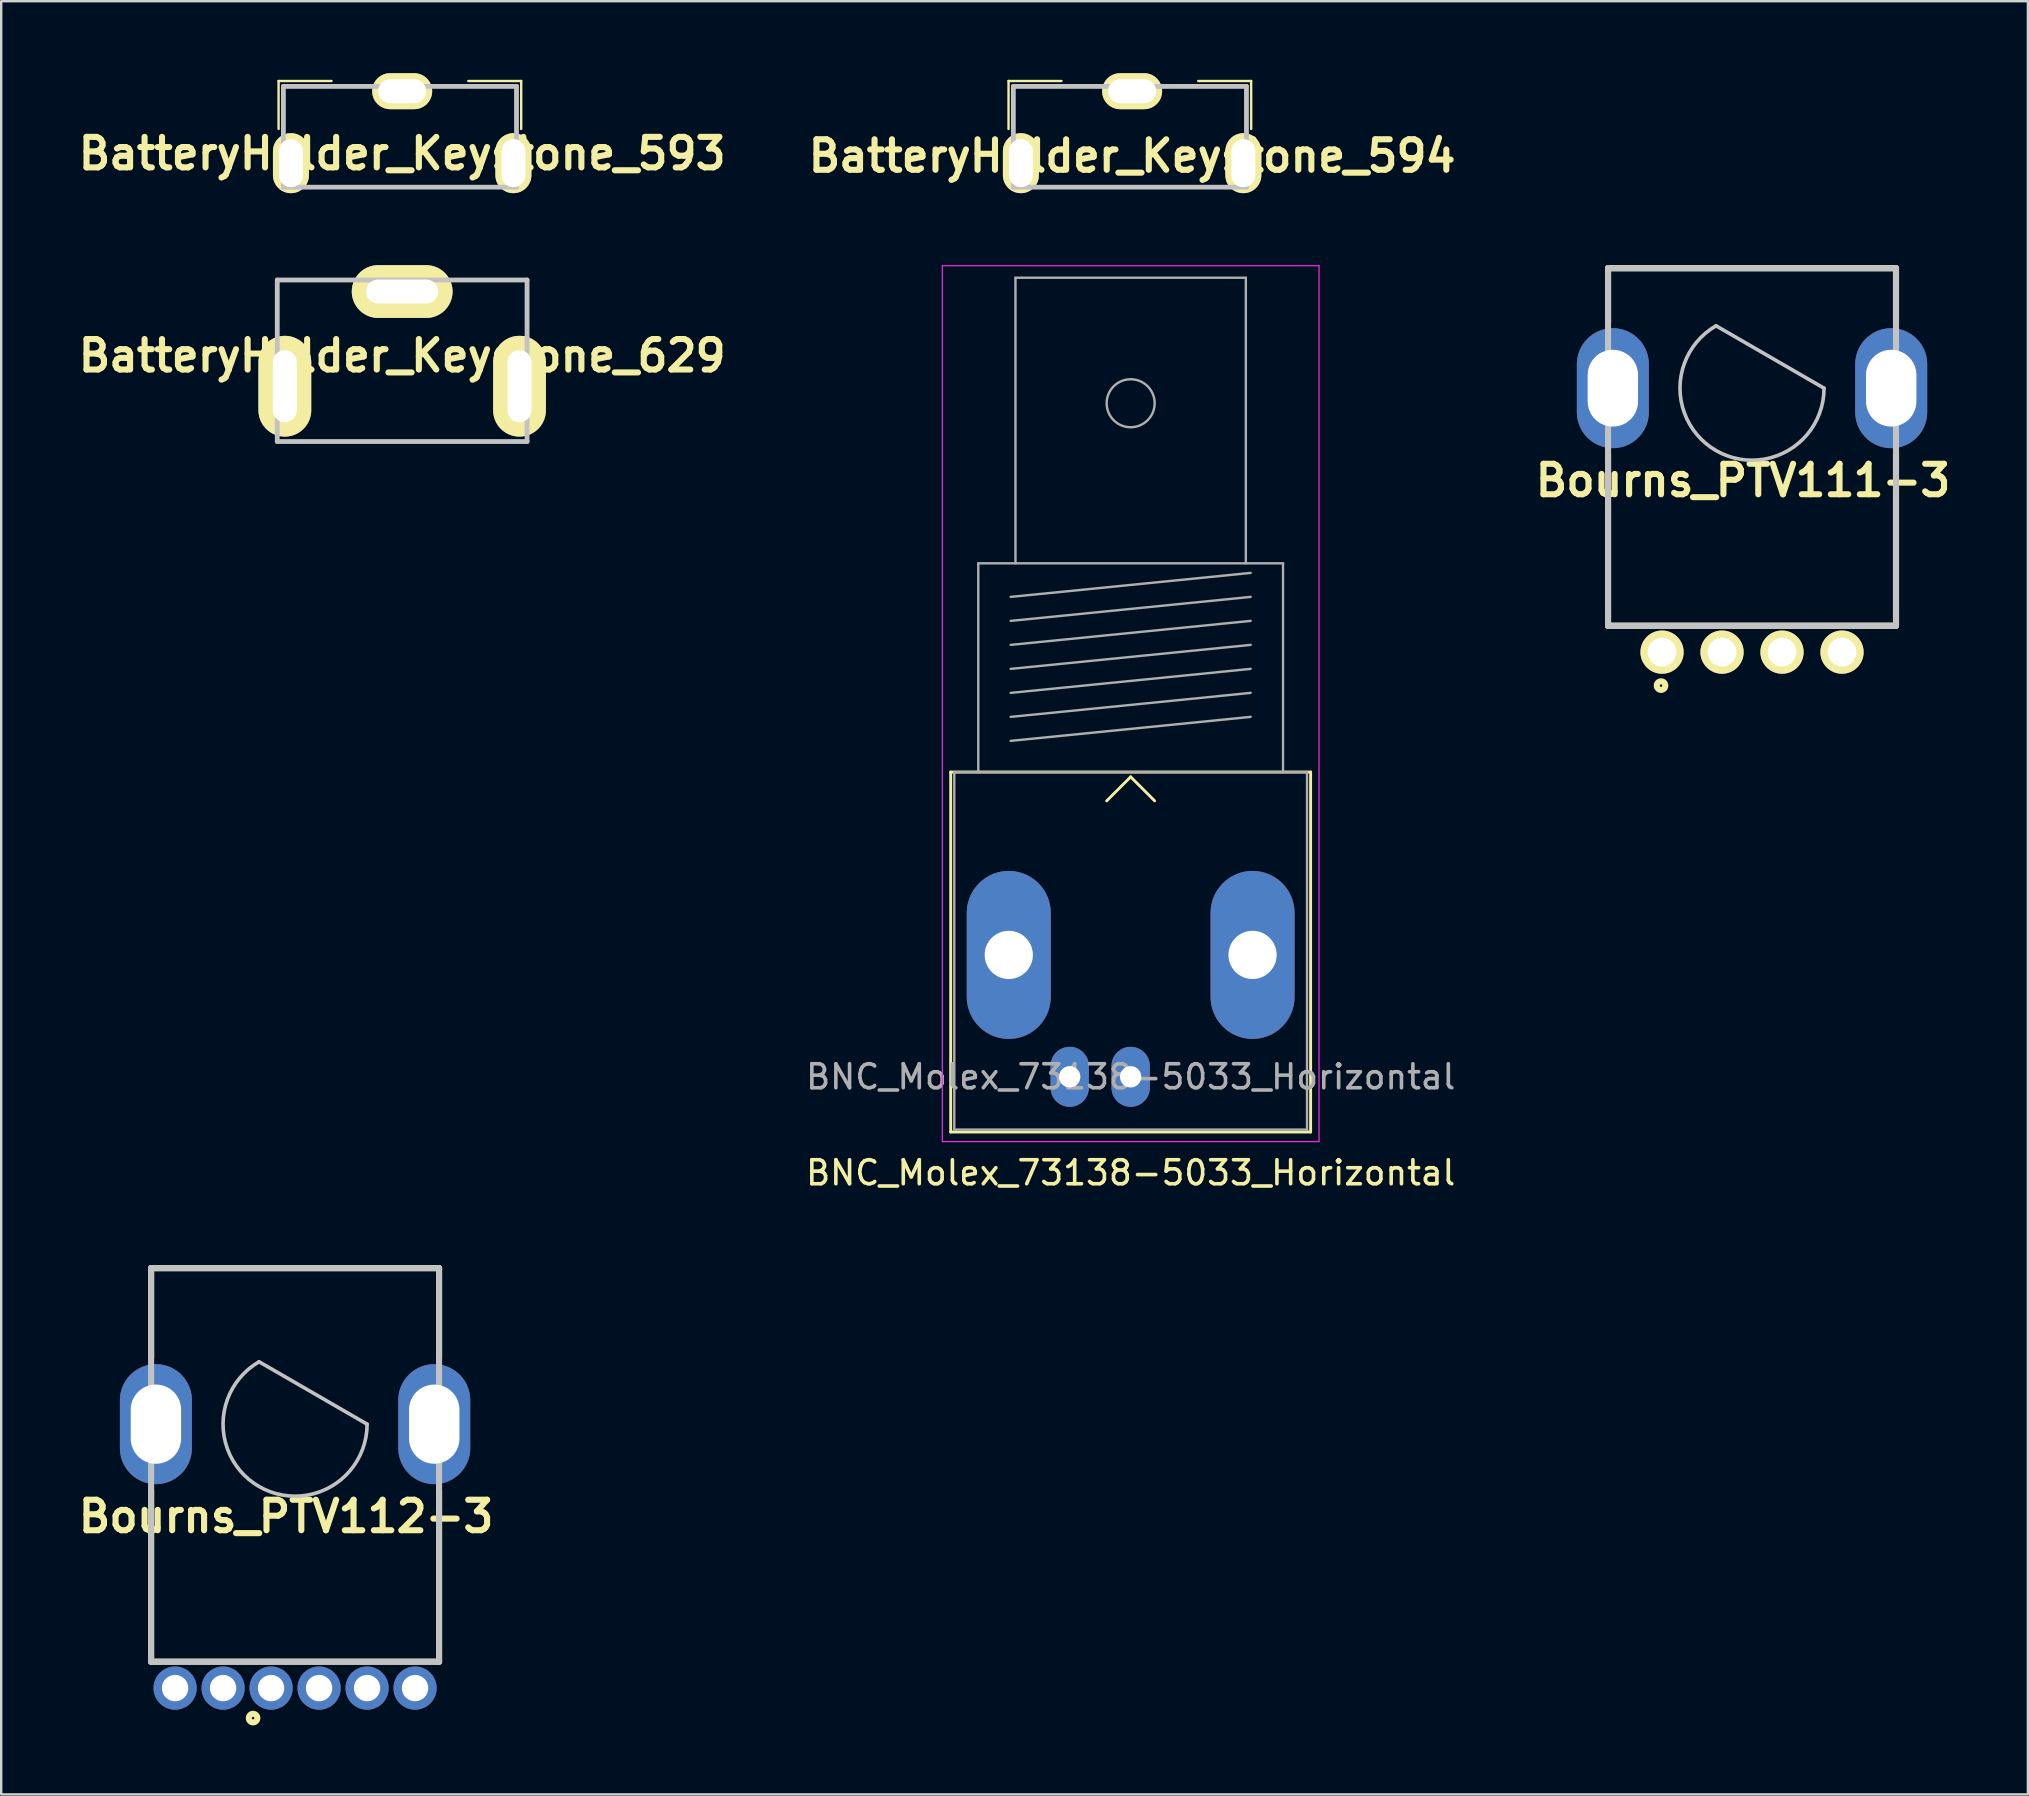
<source format=kicad_pcb>
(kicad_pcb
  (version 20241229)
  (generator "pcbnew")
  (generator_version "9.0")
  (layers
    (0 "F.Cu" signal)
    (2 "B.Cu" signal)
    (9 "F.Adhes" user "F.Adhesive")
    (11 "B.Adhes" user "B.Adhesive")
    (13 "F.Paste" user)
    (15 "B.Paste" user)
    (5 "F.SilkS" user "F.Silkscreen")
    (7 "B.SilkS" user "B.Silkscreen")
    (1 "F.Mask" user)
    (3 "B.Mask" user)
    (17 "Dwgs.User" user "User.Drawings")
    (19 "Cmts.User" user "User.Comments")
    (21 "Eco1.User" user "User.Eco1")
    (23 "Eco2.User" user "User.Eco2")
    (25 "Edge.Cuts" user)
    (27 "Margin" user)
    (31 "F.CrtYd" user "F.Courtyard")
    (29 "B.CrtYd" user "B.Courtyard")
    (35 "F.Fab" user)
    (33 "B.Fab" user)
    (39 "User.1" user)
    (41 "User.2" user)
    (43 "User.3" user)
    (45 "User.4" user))
  (footprint "BNC_Molex_73138-5033_Horizontal"
    (layer "F.Cu")
    (at 44.069 41.825)
    (property "Reference" "BNC_Molex_73138-5033_Horizontal" (at 0 4 0) (layer "F.SilkS") (effects (font (size 1 1) (thickness 0.15))))
    (attr through_hole)
    (fp_line (start -7.5 -12.7) (end 7.5 -12.7) (stroke (width 0.12) (type solid)) (layer "F.SilkS"))
    (fp_line (start -7.5 2.3) (end -7.5 -12.7) (stroke (width 0.12) (type solid)) (layer "F.SilkS"))
    (fp_line (start 0 -12.5) (end -1 -11.5) (stroke (width 0.12) (type solid)) (layer "F.SilkS"))
    (fp_line (start 0 -12.5) (end 1 -11.5) (stroke (width 0.12) (type solid)) (layer "F.SilkS"))
    (fp_line (start 7.5 -12.7) (end 7.5 2.3) (stroke (width 0.12) (type solid)) (layer "F.SilkS"))
    (fp_line (start 7.5 2.3) (end -7.5 2.3) (stroke (width 0.12) (type solid)) (layer "F.SilkS"))
    (fp_line (start -7.85 2.7) (end -7.85 -33.8) (stroke (width 0.05) (type solid)) (layer "F.CrtYd"))
    (fp_line (start -7.85 2.7) (end 7.85 2.7) (stroke (width 0.05) (type solid)) (layer "F.CrtYd"))
    (fp_line (start 7.85 -33.8) (end -7.85 -33.8) (stroke (width 0.05) (type solid)) (layer "F.CrtYd"))
    (fp_line (start 7.85 2.7) (end 7.85 -33.8) (stroke (width 0.05) (type solid)) (layer "F.CrtYd"))
    (fp_line (start -7.35 -12.7) (end -7.35 2.2) (stroke (width 0.1) (type solid)) (layer "F.Fab"))
    (fp_line (start -7.35 2.2) (end 7.35 2.2) (stroke (width 0.1) (type solid)) (layer "F.Fab"))
    (fp_line (start -6.35 -21.4) (end -6.35 -12.7) (stroke (width 0.1) (type solid)) (layer "F.Fab"))
    (fp_line (start -5 -20) (end 5 -21) (stroke (width 0.1) (type solid)) (layer "F.Fab"))
    (fp_line (start -5 -19) (end 5 -20) (stroke (width 0.1) (type solid)) (layer "F.Fab"))
    (fp_line (start -5 -18) (end 5 -19) (stroke (width 0.1) (type solid)) (layer "F.Fab"))
    (fp_line (start -5 -17) (end 5 -18) (stroke (width 0.1) (type solid)) (layer "F.Fab"))
    (fp_line (start -5 -16) (end 5 -17) (stroke (width 0.1) (type solid)) (layer "F.Fab"))
    (fp_line (start -5 -15) (end 5 -16) (stroke (width 0.1) (type solid)) (layer "F.Fab"))
    (fp_line (start -5 -14) (end 5 -15) (stroke (width 0.1) (type solid)) (layer "F.Fab"))
    (fp_line (start -4.8 -33.3) (end -4.8 -21.4) (stroke (width 0.1) (type solid)) (layer "F.Fab"))
    (fp_line (start 4.8 -33.3) (end -4.8 -33.3) (stroke (width 0.1) (type solid)) (layer "F.Fab"))
    (fp_line (start 4.8 -21.4) (end 4.8 -33.3) (stroke (width 0.1) (type solid)) (layer "F.Fab"))
    (fp_line (start 6.35 -21.4) (end -6.35 -21.4) (stroke (width 0.1) (type solid)) (layer "F.Fab"))
    (fp_line (start 6.35 -12.7) (end 6.35 -21.4) (stroke (width 0.1) (type solid)) (layer "F.Fab"))
    (fp_line (start 7.35 -12.7) (end -7.35 -12.7) (stroke (width 0.1) (type solid)) (layer "F.Fab"))
    (fp_line (start 7.35 2.2) (end 7.35 -12.7) (stroke (width 0.1) (type solid)) (layer "F.Fab"))
    (fp_circle (center 0 -28.07) (end 1 -28.07) (stroke (width 0.1) (type solid)) (fill no) (layer "F.Fab"))
    (fp_text user "${REFERENCE}" (at 0 0 0) (layer "F.Fab") (effects (font (size 1 1) (thickness 0.15))))
    (pad "1" thru_hole oval (at 0 0) (size 1.6 2.5) (drill 0.89) (layers "*.Cu" "*.Mask"))
    (pad "2" thru_hole oval (at -5.08 -5.08) (size 3.5 7) (drill 2.01) (layers "*.Cu" "*.Mask"))
    (pad "2" thru_hole oval (at -2.54 0) (size 1.6 2.5) (drill 0.89) (layers "*.Cu" "*.Mask"))
    (pad "2" thru_hole oval (at 5.08 -5.08) (size 3.5 7) (drill 2.01) (layers "*.Cu" "*.Mask")))
  (footprint "Bourns_PTV112-3"
    (layer "F.Cu")
    (at 9.247 56.3)
    (property "Reference" "Bourns_PTV112-3" (at -0.375 3.846 0) (layer "F.SilkS") (effects (font (size 1.27 1.27) (thickness 0.254))))
    (attr through_hole)
    (fp_line (start -6 -6.5) (end -6 -2.75) (stroke (width 0.254) (type solid)) (layer "F.SilkS"))
    (fp_line (start -6 -6.5) (end 6 -6.5) (stroke (width 0.254) (type solid)) (layer "F.SilkS"))
    (fp_line (start -6 9.9) (end -6 2.75) (stroke (width 0.254) (type solid)) (layer "F.SilkS"))
    (fp_line (start -6 9.9) (end 6 9.9) (stroke (width 0.254) (type solid)) (layer "F.SilkS"))
    (fp_line (start 6 -6.5) (end 6 -2.75) (stroke (width 0.254) (type solid)) (layer "F.SilkS"))
    (fp_line (start 6 9.9) (end 6 2.75) (stroke (width 0.254) (type solid)) (layer "F.SilkS"))
    (fp_circle (center -1.75 12.25) (end -1.801 12.25) (stroke (width 0.254) (type solid)) (fill no) (layer "F.SilkS"))
    (fp_line (start -6 -6.5) (end 6 -6.5) (stroke (width 0.254) (type solid)) (layer "Dwgs.User"))
    (fp_line (start -6 9.9) (end -6 -6.5) (stroke (width 0.254) (type solid)) (layer "Dwgs.User"))
    (fp_line (start 3 0) (end -1.5 -2.6) (stroke (width 0.15) (type solid)) (layer "Dwgs.User"))
    (fp_line (start 6 -6.5) (end 6 9.9) (stroke (width 0.254) (type solid)) (layer "Dwgs.User"))
    (fp_line (start 6 9.9) (end -6 9.9) (stroke (width 0.254) (type solid)) (layer "Dwgs.User"))
    (fp_arc (start 3.001665 0.000962) (mid -1.501666 2.599037) (end -1.499999 -2.599999) (stroke (width 0.15) (type solid)) (layer "Dwgs.User"))
    (pad "1" thru_hole circle (at -1 11 90) (size 1.8 1.8) (drill 1.1) (layers "*.Cu" "*.Mask"))
    (pad "2" thru_hole circle (at 1 11 90) (size 1.8 1.8) (drill 1.1) (layers "*.Cu" "*.Mask"))
    (pad "3" thru_hole circle (at 3 11 90) (size 1.8 1.8) (drill 1.1) (layers "*.Cu" "*.Mask"))
    (pad "4" thru_hole circle (at -3 11 90) (size 1.8 1.8) (drill 1.1) (layers "*.Cu" "*.Mask"))
    (pad "5" thru_hole oval (at -5.8 0 90) (size 5 3) (drill oval 3.3 2.1) (layers "*.Cu" "*.Mask"))
    (pad "5" thru_hole circle (at -5 11 90) (size 1.8 1.8) (drill 1.1) (layers "*.Cu" "*.Mask"))
    (pad "6" thru_hole circle (at 5 11 90) (size 1.8 1.8) (drill 1.1) (layers "*.Cu" "*.Mask"))
    (pad "6" thru_hole oval (at 5.8 0 90) (size 5 3) (drill oval 3.3 2.1) (layers "*.Cu" "*.Mask")))
  (footprint "BatteryHolder_Keystone_594"
    (layer "F.Cu")
    (at 44.13 0.75)
    (property "Reference" "BatteryHolder_Keystone_594" (at 0 2.7 0) (layer "F.SilkS") (effects (font (size 1.27 1.27) (thickness 0.254))))
    (attr through_hole)
    (fp_line (start -5.15 -0.425) (end -2.945 -0.425) (stroke (width 0.1) (type solid)) (layer "F.SilkS"))
    (fp_line (start -5.15 1.575) (end -5.15 -0.425) (stroke (width 0.1) (type solid)) (layer "F.SilkS"))
    (fp_line (start -3.55 4.005) (end 3.565 4.005) (stroke (width 0.1) (type solid)) (layer "F.SilkS"))
    (fp_line (start 2.755 -0.425) (end 4.96 -0.425) (stroke (width 0.1) (type solid)) (layer "F.SilkS"))
    (fp_line (start 4.96 -0.425) (end 4.96 1.575) (stroke (width 0.1) (type solid)) (layer "F.SilkS"))
    (fp_line (start -4.95 4) (end -4.95 -0.2) (stroke (width 0.2) (type solid)) (layer "Dwgs.User"))
    (fp_line (start -4.945 -0.2) (end 4.765 -0.2) (stroke (width 0.2) (type solid)) (layer "Dwgs.User"))
    (fp_line (start 4.765 -0.2) (end 4.765 4) (stroke (width 0.2) (type solid)) (layer "Dwgs.User"))
    (fp_line (start 4.765 4) (end -4.95 4) (stroke (width 0.2) (type solid)) (layer "Dwgs.User"))
    (pad "1" thru_hole oval (at -4.635 3 90) (size 2.5 1.5) (drill oval 2 1) (layers "*.Cu" "*.Mask" "F.SilkS"))
    (pad "1" thru_hole oval (at 0 0) (size 2.5 1.5) (drill oval 2 1) (layers "*.Cu" "*.Mask" "F.SilkS"))
    (pad "1" thru_hole oval (at 4.635 3 90) (size 2.5 1.5) (drill oval 2 1) (layers "*.Cu" "*.Mask" "F.SilkS")))
  (footprint "BatteryHolder_Keystone_629"
    (layer "F.Cu")
    (at 8.82 13.045)
    (property "Reference" "BatteryHolder_Keystone_629" (at 4.89 -1.27 0) (layer "F.SilkS") (effects (font (size 1.27 1.27) (thickness 0.254))))
    (attr through_hole)
    (fp_line (start -0.315 -4.425) (end 1.89 -4.425) (stroke (width 0.1) (type solid)) (layer "F.SilkS"))
    (fp_line (start -0.315 -2.425) (end -0.315 -4.425) (stroke (width 0.1) (type solid)) (layer "F.SilkS"))
    (fp_line (start -0.315 2.305) (end 9.97 2.305) (stroke (width 0.1) (type solid)) (layer "F.SilkS"))
    (fp_line (start 7.89 -4.425) (end 10.095 -4.425) (stroke (width 0.1) (type solid)) (layer "F.SilkS"))
    (fp_line (start 9.97 2.305) (end 10.095 2.305) (stroke (width 0.1) (type solid)) (layer "F.SilkS"))
    (fp_line (start 10.095 -4.425) (end 10.095 -2.425) (stroke (width 0.1) (type solid)) (layer "F.SilkS"))
    (fp_line (start -0.315 -4.425) (end 10.095 -4.425) (stroke (width 0.2) (type solid)) (layer "Dwgs.User"))
    (fp_line (start -0.315 2.305) (end -0.315 -4.425) (stroke (width 0.2) (type solid)) (layer "Dwgs.User"))
    (fp_line (start 10.095 -4.425) (end 10.095 2.305) (stroke (width 0.2) (type solid)) (layer "Dwgs.User"))
    (fp_line (start 10.095 2.305) (end -0.315 2.305) (stroke (width 0.2) (type solid)) (layer "Dwgs.User"))
    (pad "1" thru_hole oval (at 0 0 90) (size 4.2 2.2) (drill oval 3 1) (layers "*.Cu" "*.Mask" "F.SilkS"))
    (pad "1" thru_hole oval (at 4.89 -3.945) (size 4.2 2.2) (drill oval 3 1) (layers "*.Cu" "*.Mask" "F.SilkS"))
    (pad "1" thru_hole oval (at 9.78 0 90) (size 4.2 2.2) (drill oval 3 1) (layers "*.Cu" "*.Mask" "F.SilkS")))
  (footprint "Bourns_PTV111-3"
    (layer "F.Cu")
    (at 69.964 13.127)
    (property "Reference" "Bourns_PTV111-3" (at -0.375 3.846 0) (layer "F.SilkS") (effects (font (size 1.27 1.27) (thickness 0.254))))
    (attr through_hole)
    (fp_line (start -6 -5) (end -6 -2.75) (stroke (width 0.254) (type solid)) (layer "F.SilkS"))
    (fp_line (start -6 -5) (end 6 -5) (stroke (width 0.254) (type solid)) (layer "F.SilkS"))
    (fp_line (start -6 9.9) (end -6 2.75) (stroke (width 0.254) (type solid)) (layer "F.SilkS"))
    (fp_line (start -6 9.9) (end 6 9.9) (stroke (width 0.254) (type solid)) (layer "F.SilkS"))
    (fp_line (start 6 -5) (end 6 -2.75) (stroke (width 0.254) (type solid)) (layer "F.SilkS"))
    (fp_line (start 6 9.9) (end 6 2.75) (stroke (width 0.254) (type solid)) (layer "F.SilkS"))
    (fp_circle (center -3.792 12.395) (end -3.843 12.395) (stroke (width 0.254) (type solid)) (fill no) (layer "F.SilkS"))
    (fp_line (start -6 -5) (end 6 -5) (stroke (width 0.254) (type solid)) (layer "Dwgs.User"))
    (fp_line (start -6 9.9) (end -6 -5) (stroke (width 0.254) (type solid)) (layer "Dwgs.User"))
    (fp_line (start 3 0) (end -1.5 -2.6) (stroke (width 0.15) (type solid)) (layer "Dwgs.User"))
    (fp_line (start 6 -5) (end 6 9.9) (stroke (width 0.254) (type solid)) (layer "Dwgs.User"))
    (fp_line (start 6 9.9) (end -6 9.9) (stroke (width 0.254) (type solid)) (layer "Dwgs.User"))
    (fp_arc (start 3.001665 0.000962) (mid -1.501666 2.599037) (end -1.499999 -2.599999) (stroke (width 0.15) (type solid)) (layer "Dwgs.User"))
    (pad "1" thru_hole circle (at -3.75 11 90) (size 1.8 1.8) (drill 1.2) (layers "*.Cu" "*.Mask" "F.SilkS"))
    (pad "2" thru_hole circle (at -1.25 11 90) (size 1.8 1.8) (drill 1.2) (layers "*.Cu" "*.Mask" "F.SilkS"))
    (pad "3" thru_hole circle (at 1.25 11 90) (size 1.8 1.8) (drill 1.2) (layers "*.Cu" "*.Mask" "F.SilkS"))
    (pad "4" thru_hole circle (at 3.75 11 90) (size 1.8 1.8) (drill 1.2) (layers "*.Cu" "*.Mask" "F.SilkS"))
    (pad "5" thru_hole oval (at -5.8 0 90) (size 5 3) (drill oval 3.2 2.1) (layers "*.Cu" "*.Mask"))
    (pad "6" thru_hole oval (at 5.8 0 90) (size 5 3) (drill oval 3.2 2.1) (layers "*.Cu" "*.Mask")))
  (footprint "BatteryHolder_Keystone_593"
    (layer "F.Cu")
    (at 13.71 0.75)
    (property "Reference" "BatteryHolder_Keystone_593" (at 0 2.6 0) (layer "F.SilkS") (effects (font (size 1.27 1.27) (thickness 0.254))))
    (attr through_hole)
    (fp_line (start -5.15 -0.425) (end -2.945 -0.425) (stroke (width 0.1) (type solid)) (layer "F.SilkS"))
    (fp_line (start -5.15 1.575) (end -5.15 -0.425) (stroke (width 0.1) (type solid)) (layer "F.SilkS"))
    (fp_line (start -3.55 4.005) (end 3.565 4.005) (stroke (width 0.1) (type solid)) (layer "F.SilkS"))
    (fp_line (start 2.755 -0.425) (end 4.96 -0.425) (stroke (width 0.1) (type solid)) (layer "F.SilkS"))
    (fp_line (start 4.96 -0.425) (end 4.96 1.575) (stroke (width 0.1) (type solid)) (layer "F.SilkS"))
    (fp_line (start -4.95 4) (end -4.95 -0.2) (stroke (width 0.2) (type solid)) (layer "Dwgs.User"))
    (fp_line (start -4.945 -0.2) (end 4.765 -0.2) (stroke (width 0.2) (type solid)) (layer "Dwgs.User"))
    (fp_line (start 4.765 -0.2) (end 4.765 4) (stroke (width 0.2) (type solid)) (layer "Dwgs.User"))
    (fp_line (start 4.765 4) (end -4.95 4) (stroke (width 0.2) (type solid)) (layer "Dwgs.User"))
    (pad "1" thru_hole oval (at -4.635 3 90) (size 2.5 1.5) (drill oval 2 1) (layers "*.Cu" "*.Mask" "F.SilkS"))
    (pad "1" thru_hole oval (at 0 0) (size 2.5 1.5) (drill oval 2 1) (layers "*.Cu" "*.Mask" "F.SilkS"))
    (pad "1" thru_hole oval (at 4.635 3 90) (size 2.5 1.5) (drill oval 2 1) (layers "*.Cu" "*.Mask" "F.SilkS")))
  (gr_rect
    (start -3 -3)
    (end 81.461 71.729)
    (stroke (width 0.1) (type default))
    (fill no)
    (layer "Edge.Cuts")))
</source>
